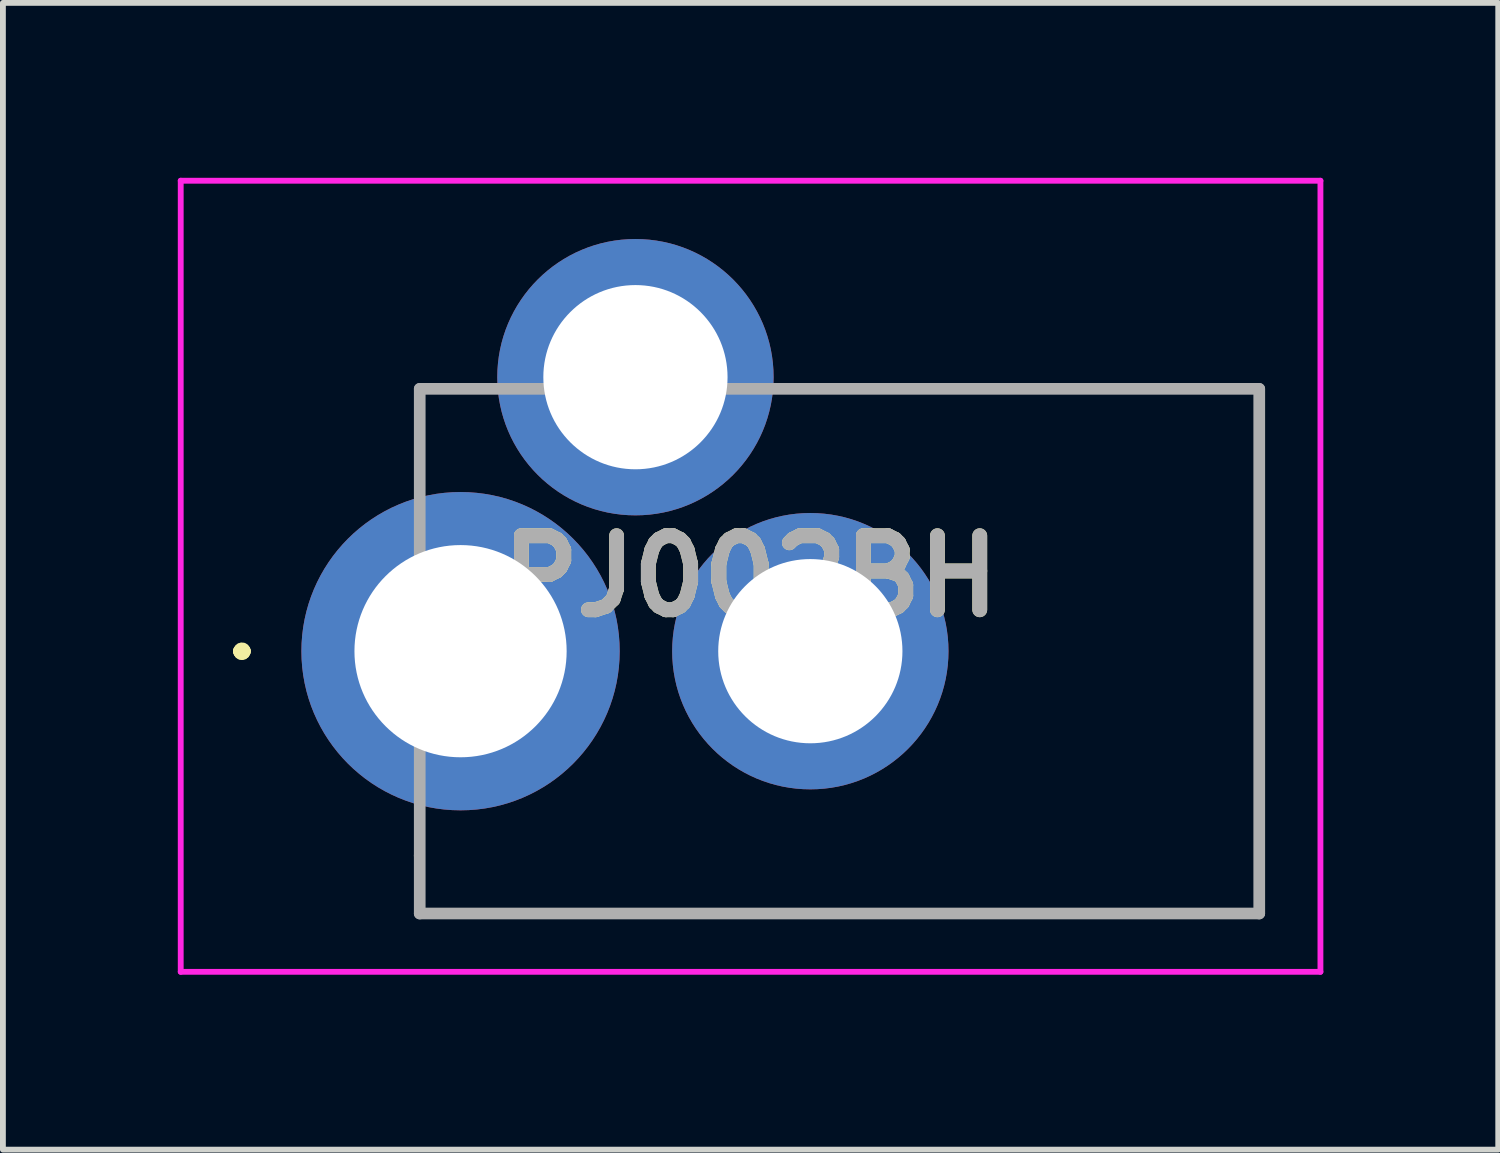
<source format=kicad_pcb>
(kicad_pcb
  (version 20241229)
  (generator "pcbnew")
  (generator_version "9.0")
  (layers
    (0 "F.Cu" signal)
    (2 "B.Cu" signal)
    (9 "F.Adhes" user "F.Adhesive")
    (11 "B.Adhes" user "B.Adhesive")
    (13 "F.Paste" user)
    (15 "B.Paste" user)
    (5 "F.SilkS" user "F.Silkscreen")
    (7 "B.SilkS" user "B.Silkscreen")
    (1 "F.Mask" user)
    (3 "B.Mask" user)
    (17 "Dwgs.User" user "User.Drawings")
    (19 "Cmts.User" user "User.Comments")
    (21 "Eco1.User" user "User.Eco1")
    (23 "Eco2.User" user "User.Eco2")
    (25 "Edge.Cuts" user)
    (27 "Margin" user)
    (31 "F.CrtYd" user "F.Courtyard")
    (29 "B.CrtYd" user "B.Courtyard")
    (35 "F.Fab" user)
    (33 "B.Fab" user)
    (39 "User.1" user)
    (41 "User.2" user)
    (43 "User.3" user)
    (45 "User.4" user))
  (footprint "PJ002BH"
    (layer "F.Cu")
    (at 4.85 8.12)
    (property "Reference" "PJ002BH" (at 4.975 -1.285 0) (layer "F.SilkS") (effects (font (size 1.27 1.27) (thickness 0.254))))
    (attr through_hole)
    (fp_line (start -3.8 0) (end -3.8 0) (stroke (width 0.2) (type solid)) (layer "F.SilkS"))
    (fp_line (start -3.8 0) (end -3.8 0) (stroke (width 0.2) (type solid)) (layer "F.SilkS"))
    (fp_line (start -3.7 0) (end -3.7 0) (stroke (width 0.2) (type solid)) (layer "F.SilkS"))
    (fp_line (start -0.75 3.5) (end -0.7 4.5) (stroke (width 0.1) (type solid)) (layer "F.SilkS"))
    (fp_line (start -0.7 4.5) (end 13.75 4.5) (stroke (width 0.1) (type solid)) (layer "F.SilkS"))
    (fp_line (start 13.75 -4.5) (end 6 -4.5) (stroke (width 0.1) (type solid)) (layer "F.SilkS"))
    (fp_line (start 13.75 4.5) (end 13.75 -4.5) (stroke (width 0.1) (type solid)) (layer "F.SilkS"))
    (fp_arc (start -3.8 0) (mid -3.75 -0.05) (end -3.7 0) (stroke (width 0.2) (type solid)) (layer "F.SilkS"))
    (fp_arc (start -3.7 0) (mid -3.75 0.05) (end -3.8 0) (stroke (width 0.2) (type solid)) (layer "F.SilkS"))
    (fp_arc (start -3.7 0) (mid -3.75 0.05) (end -3.8 0) (stroke (width 0.2) (type solid)) (layer "F.SilkS"))
    (fp_line (start -4.8 -8.07) (end 14.75 -8.07) (stroke (width 0.1) (type solid)) (layer "F.CrtYd"))
    (fp_line (start -4.8 5.5) (end -4.8 -8.07) (stroke (width 0.1) (type solid)) (layer "F.CrtYd"))
    (fp_line (start 14.75 -8.07) (end 14.75 5.5) (stroke (width 0.1) (type solid)) (layer "F.CrtYd"))
    (fp_line (start 14.75 5.5) (end -4.8 5.5) (stroke (width 0.1) (type solid)) (layer "F.CrtYd"))
    (fp_line (start -0.7 -4.5) (end 13.7 -4.5) (stroke (width 0.2) (type solid)) (layer "F.Fab"))
    (fp_line (start -0.7 4.5) (end -0.7 -4.5) (stroke (width 0.2) (type solid)) (layer "F.Fab"))
    (fp_line (start 13.7 -4.5) (end 13.7 4.5) (stroke (width 0.2) (type solid)) (layer "F.Fab"))
    (fp_line (start 13.7 4.5) (end -0.7 4.5) (stroke (width 0.2) (type solid)) (layer "F.Fab"))
    (fp_text user "${REFERENCE}" (at 4.975 -1.285 0) (layer "F.Fab") (effects (font (size 1.27 1.27) (thickness 0.254))))
    (pad "1" thru_hole circle (at 0 0) (size 5.46 5.46) (drill 3.64) (layers "*.Cu" "*.Mask"))
    (pad "2" thru_hole circle (at 6 0) (size 4.74 4.74) (drill 3.16) (layers "*.Cu" "*.Mask"))
    (pad "3" thru_hole circle (at 3 -4.7) (size 4.74 4.74) (drill 3.16) (layers "*.Cu" "*.Mask")))
  (gr_rect
    (start -3 -3)
    (end 22.65 16.67)
    (stroke (width 0.1) (type default))
    (fill no)
    (layer "Edge.Cuts")))
</source>
